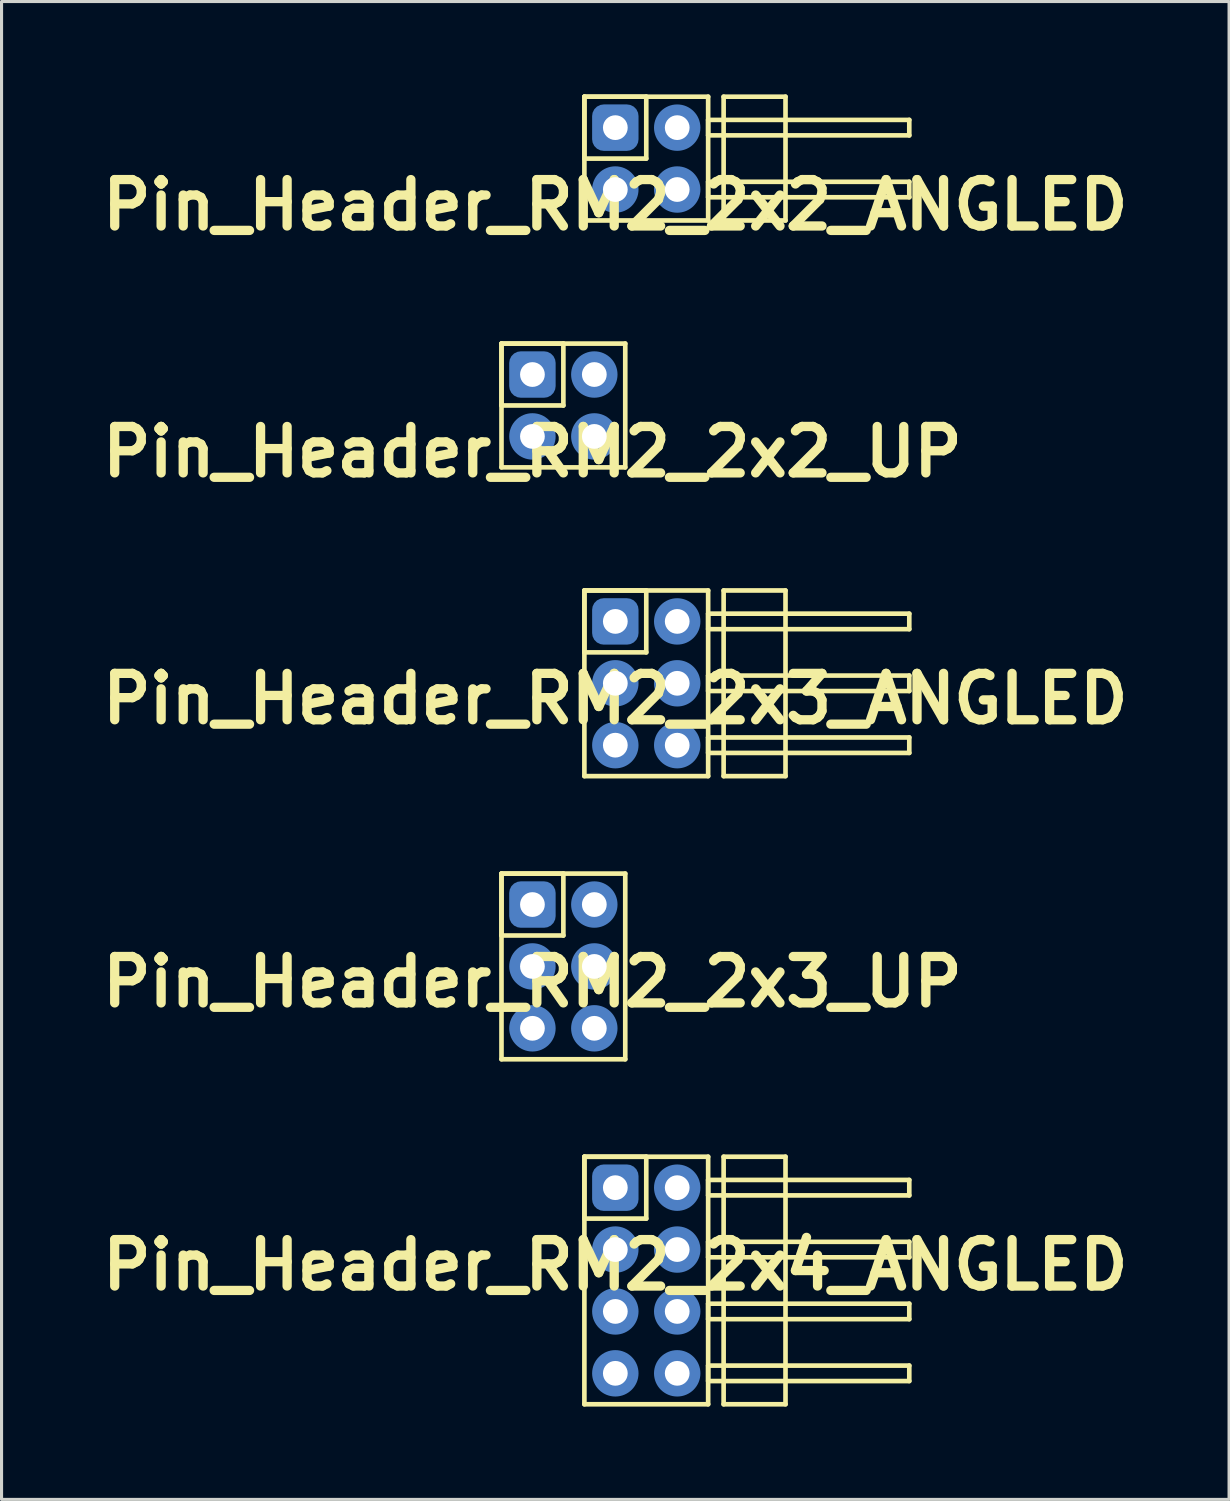
<source format=kicad_pcb>
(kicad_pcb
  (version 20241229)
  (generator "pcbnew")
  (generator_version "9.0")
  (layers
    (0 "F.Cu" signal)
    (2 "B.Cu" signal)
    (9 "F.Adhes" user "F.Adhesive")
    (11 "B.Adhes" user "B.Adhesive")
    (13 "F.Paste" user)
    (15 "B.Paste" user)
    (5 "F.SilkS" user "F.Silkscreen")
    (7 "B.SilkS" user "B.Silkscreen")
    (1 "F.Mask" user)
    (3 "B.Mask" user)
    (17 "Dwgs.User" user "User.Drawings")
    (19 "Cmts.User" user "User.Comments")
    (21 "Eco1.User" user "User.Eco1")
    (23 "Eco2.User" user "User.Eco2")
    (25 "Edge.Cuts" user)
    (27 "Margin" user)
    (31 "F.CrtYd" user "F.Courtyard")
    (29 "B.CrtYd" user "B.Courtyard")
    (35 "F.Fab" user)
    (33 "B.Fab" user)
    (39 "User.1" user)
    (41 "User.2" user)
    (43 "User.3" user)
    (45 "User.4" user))
  (footprint "Pin_Header_RM2_2x4_ANGLED"
    (layer "F.Cu")
    (at 16.836 35.333)
    (property "Reference" "Pin_Header_RM2_2x4_ANGLED" (at 0 2.5 0) (layer "F.SilkS") (effects (font (size 1.5 1.5) (thickness 0.3))))
    (attr through_hole)
    (fp_line (start -1 -1) (end 1 -1) (stroke (width 0.15) (type solid)) (layer "F.SilkS"))
    (fp_line (start -1 -1) (end 3 -1) (stroke (width 0.15) (type solid)) (layer "F.SilkS"))
    (fp_line (start -1 1) (end -1 -1) (stroke (width 0.15) (type solid)) (layer "F.SilkS"))
    (fp_line (start -1 7) (end -1 -1) (stroke (width 0.15) (type solid)) (layer "F.SilkS"))
    (fp_line (start 1 -1) (end 1 1) (stroke (width 0.15) (type solid)) (layer "F.SilkS"))
    (fp_line (start 1 1) (end -1 1) (stroke (width 0.15) (type solid)) (layer "F.SilkS"))
    (fp_line (start 3 -1) (end 3 7) (stroke (width 0.15) (type solid)) (layer "F.SilkS"))
    (fp_line (start 3 -0.25) (end 9.5 -0.25) (stroke (width 0.15) (type solid)) (layer "F.SilkS"))
    (fp_line (start 3 0.25) (end 3 -0.25) (stroke (width 0.15) (type solid)) (layer "F.SilkS"))
    (fp_line (start 3 1.75) (end 9.5 1.75) (stroke (width 0.15) (type solid)) (layer "F.SilkS"))
    (fp_line (start 3 2.25) (end 3 1.75) (stroke (width 0.15) (type solid)) (layer "F.SilkS"))
    (fp_line (start 3 3.75) (end 9.5 3.75) (stroke (width 0.15) (type solid)) (layer "F.SilkS"))
    (fp_line (start 3 4.25) (end 3 3.75) (stroke (width 0.15) (type solid)) (layer "F.SilkS"))
    (fp_line (start 3 5.75) (end 9.5 5.75) (stroke (width 0.15) (type solid)) (layer "F.SilkS"))
    (fp_line (start 3 6.25) (end 3 5.75) (stroke (width 0.15) (type solid)) (layer "F.SilkS"))
    (fp_line (start 3 7) (end -1 7) (stroke (width 0.15) (type solid)) (layer "F.SilkS"))
    (fp_line (start 3.5 -1) (end 5.5 -1) (stroke (width 0.15) (type solid)) (layer "F.SilkS"))
    (fp_line (start 3.5 7) (end 3.5 -1) (stroke (width 0.15) (type solid)) (layer "F.SilkS"))
    (fp_line (start 5.5 -1) (end 5.5 7) (stroke (width 0.15) (type solid)) (layer "F.SilkS"))
    (fp_line (start 5.5 7) (end 3.5 7) (stroke (width 0.15) (type solid)) (layer "F.SilkS"))
    (fp_line (start 9.5 -0.25) (end 9.5 0.25) (stroke (width 0.15) (type solid)) (layer "F.SilkS"))
    (fp_line (start 9.5 0.25) (end 3 0.25) (stroke (width 0.15) (type solid)) (layer "F.SilkS"))
    (fp_line (start 9.5 1.75) (end 9.5 2.25) (stroke (width 0.15) (type solid)) (layer "F.SilkS"))
    (fp_line (start 9.5 2.25) (end 3 2.25) (stroke (width 0.15) (type solid)) (layer "F.SilkS"))
    (fp_line (start 9.5 3.75) (end 9.5 4.25) (stroke (width 0.15) (type solid)) (layer "F.SilkS"))
    (fp_line (start 9.5 4.25) (end 3 4.25) (stroke (width 0.15) (type solid)) (layer "F.SilkS"))
    (fp_line (start 9.5 5.75) (end 9.5 6.25) (stroke (width 0.15) (type solid)) (layer "F.SilkS"))
    (fp_line (start 9.5 6.25) (end 3 6.25) (stroke (width 0.15) (type solid)) (layer "F.SilkS"))
    (pad "1" thru_hole circle (at 0 0) (size 1.1 1.1) (drill 0.8) (layers "*.Cu" "*.Mask"))
    (pad "1" smd roundrect (at 0 0) (size 1.25 1.25) (layers "F.Cu" "F.Mask") (roundrect_rratio 0.25))
    (pad "1" smd roundrect (at 0 0) (size 1.5 1.5) (layers "B.Cu" "B.Mask") (roundrect_rratio 0.25))
    (pad "2" thru_hole circle (at 2 0) (size 1.1 1.1) (drill 0.8) (layers "*.Cu" "*.Mask"))
    (pad "2" smd circle (at 2 0) (size 1.25 1.25) (layers "F.Cu" "F.Mask"))
    (pad "2" smd circle (at 2 0) (size 1.5 1.5) (layers "B.Cu" "B.Mask"))
    (pad "3" thru_hole circle (at 0 2) (size 1.1 1.1) (drill 0.8) (layers "*.Cu" "*.Mask"))
    (pad "3" smd circle (at 0 2) (size 1.25 1.25) (layers "F.Cu" "F.Mask"))
    (pad "3" smd circle (at 0 2) (size 1.5 1.5) (layers "B.Cu" "B.Mask"))
    (pad "4" thru_hole circle (at 2 2) (size 1.1 1.1) (drill 0.8) (layers "*.Cu" "*.Mask"))
    (pad "4" smd circle (at 2 2) (size 1.25 1.25) (layers "F.Cu" "F.Mask"))
    (pad "4" smd circle (at 2 2) (size 1.5 1.5) (layers "B.Cu" "B.Mask"))
    (pad "5" thru_hole circle (at 0 4) (size 1.1 1.1) (drill 0.8) (layers "*.Cu" "*.Mask"))
    (pad "5" smd circle (at 0 4) (size 1.25 1.25) (layers "F.Cu" "F.Mask"))
    (pad "5" smd circle (at 0 4) (size 1.5 1.5) (layers "B.Cu" "B.Mask"))
    (pad "6" thru_hole circle (at 2 4) (size 1.1 1.1) (drill 0.8) (layers "*.Cu" "*.Mask"))
    (pad "6" smd circle (at 2 4) (size 1.25 1.25) (layers "F.Cu" "F.Mask"))
    (pad "6" smd circle (at 2 4) (size 1.5 1.5) (layers "B.Cu" "B.Mask"))
    (pad "7" thru_hole circle (at 0 6) (size 1.1 1.1) (drill 0.8) (layers "*.Cu" "*.Mask"))
    (pad "7" smd circle (at 0 6) (size 1.25 1.25) (layers "F.Cu" "F.Mask"))
    (pad "7" smd circle (at 0 6) (size 1.5 1.5) (layers "B.Cu" "B.Mask"))
    (pad "8" thru_hole circle (at 2 6) (size 1.1 1.1) (drill 0.8) (layers "*.Cu" "*.Mask"))
    (pad "8" smd circle (at 2 6) (size 1.25 1.25) (layers "F.Cu" "F.Mask"))
    (pad "8" smd circle (at 2 6) (size 1.5 1.5) (layers "B.Cu" "B.Mask")))
  (footprint "Pin_Header_RM2_2x2_ANGLED"
    (layer "F.Cu")
    (at 16.836 1.075)
    (property "Reference" "Pin_Header_RM2_2x2_ANGLED" (at 0 2.5 0) (layer "F.SilkS") (effects (font (size 1.5 1.5) (thickness 0.3))))
    (attr through_hole)
    (fp_line (start -1 -1) (end 1 -1) (stroke (width 0.15) (type solid)) (layer "F.SilkS"))
    (fp_line (start -1 -1) (end 3 -1) (stroke (width 0.15) (type solid)) (layer "F.SilkS"))
    (fp_line (start -1 1) (end -1 -1) (stroke (width 0.15) (type solid)) (layer "F.SilkS"))
    (fp_line (start -1 3) (end -1 -1) (stroke (width 0.15) (type solid)) (layer "F.SilkS"))
    (fp_line (start 1 -1) (end 1 1) (stroke (width 0.15) (type solid)) (layer "F.SilkS"))
    (fp_line (start 1 1) (end -1 1) (stroke (width 0.15) (type solid)) (layer "F.SilkS"))
    (fp_line (start 3 -1) (end 3 3) (stroke (width 0.15) (type solid)) (layer "F.SilkS"))
    (fp_line (start 3 -0.25) (end 9.5 -0.25) (stroke (width 0.15) (type solid)) (layer "F.SilkS"))
    (fp_line (start 3 0.25) (end 3 -0.25) (stroke (width 0.15) (type solid)) (layer "F.SilkS"))
    (fp_line (start 3 1.75) (end 9.5 1.75) (stroke (width 0.15) (type solid)) (layer "F.SilkS"))
    (fp_line (start 3 2.25) (end 3 1.75) (stroke (width 0.15) (type solid)) (layer "F.SilkS"))
    (fp_line (start 3 3) (end -1 3) (stroke (width 0.15) (type solid)) (layer "F.SilkS"))
    (fp_line (start 3.5 -1) (end 5.5 -1) (stroke (width 0.15) (type solid)) (layer "F.SilkS"))
    (fp_line (start 3.5 3) (end 3.5 -1) (stroke (width 0.15) (type solid)) (layer "F.SilkS"))
    (fp_line (start 5.5 -1) (end 5.5 3) (stroke (width 0.15) (type solid)) (layer "F.SilkS"))
    (fp_line (start 5.5 3) (end 3.5 3) (stroke (width 0.15) (type solid)) (layer "F.SilkS"))
    (fp_line (start 9.5 -0.25) (end 9.5 0.25) (stroke (width 0.15) (type solid)) (layer "F.SilkS"))
    (fp_line (start 9.5 0.25) (end 3 0.25) (stroke (width 0.15) (type solid)) (layer "F.SilkS"))
    (fp_line (start 9.5 1.75) (end 9.5 2.25) (stroke (width 0.15) (type solid)) (layer "F.SilkS"))
    (fp_line (start 9.5 2.25) (end 3 2.25) (stroke (width 0.15) (type solid)) (layer "F.SilkS"))
    (pad "1" thru_hole circle (at 0 0) (size 1.1 1.1) (drill 0.8) (layers "*.Cu" "*.Mask"))
    (pad "1" smd roundrect (at 0 0) (size 1.25 1.25) (layers "F.Cu" "F.Mask") (roundrect_rratio 0.25))
    (pad "1" smd roundrect (at 0 0) (size 1.5 1.5) (layers "B.Cu" "B.Mask") (roundrect_rratio 0.25))
    (pad "2" thru_hole circle (at 2 0) (size 1.1 1.1) (drill 0.8) (layers "*.Cu" "*.Mask"))
    (pad "2" smd circle (at 2 0) (size 1.25 1.25) (layers "F.Cu" "F.Mask"))
    (pad "2" smd circle (at 2 0) (size 1.5 1.5) (layers "B.Cu" "B.Mask"))
    (pad "3" thru_hole circle (at 0 2) (size 1.1 1.1) (drill 0.8) (layers "*.Cu" "*.Mask"))
    (pad "3" smd circle (at 0 2) (size 1.25 1.25) (layers "F.Cu" "F.Mask"))
    (pad "3" smd circle (at 0 2) (size 1.5 1.5) (layers "B.Cu" "B.Mask"))
    (pad "4" thru_hole circle (at 2 2) (size 1.1 1.1) (drill 0.8) (layers "*.Cu" "*.Mask"))
    (pad "4" smd circle (at 2 2) (size 1.25 1.25) (layers "F.Cu" "F.Mask"))
    (pad "4" smd circle (at 2 2) (size 1.5 1.5) (layers "B.Cu" "B.Mask")))
  (footprint "Pin_Header_RM2_2x3_ANGLED"
    (layer "F.Cu")
    (at 16.836 17.033)
    (property "Reference" "Pin_Header_RM2_2x3_ANGLED" (at 0 2.5 0) (layer "F.SilkS") (effects (font (size 1.5 1.5) (thickness 0.3))))
    (attr through_hole)
    (fp_line (start -1 -1) (end 1 -1) (stroke (width 0.15) (type solid)) (layer "F.SilkS"))
    (fp_line (start -1 -1) (end 3 -1) (stroke (width 0.15) (type solid)) (layer "F.SilkS"))
    (fp_line (start -1 1) (end -1 -1) (stroke (width 0.15) (type solid)) (layer "F.SilkS"))
    (fp_line (start -1 5) (end -1 -1) (stroke (width 0.15) (type solid)) (layer "F.SilkS"))
    (fp_line (start 1 -1) (end 1 1) (stroke (width 0.15) (type solid)) (layer "F.SilkS"))
    (fp_line (start 1 1) (end -1 1) (stroke (width 0.15) (type solid)) (layer "F.SilkS"))
    (fp_line (start 3 -1) (end 3 5) (stroke (width 0.15) (type solid)) (layer "F.SilkS"))
    (fp_line (start 3 -0.25) (end 9.5 -0.25) (stroke (width 0.15) (type solid)) (layer "F.SilkS"))
    (fp_line (start 3 0.25) (end 3 -0.25) (stroke (width 0.15) (type solid)) (layer "F.SilkS"))
    (fp_line (start 3 1.75) (end 9.5 1.75) (stroke (width 0.15) (type solid)) (layer "F.SilkS"))
    (fp_line (start 3 2.25) (end 3 1.75) (stroke (width 0.15) (type solid)) (layer "F.SilkS"))
    (fp_line (start 3 3.75) (end 9.5 3.75) (stroke (width 0.15) (type solid)) (layer "F.SilkS"))
    (fp_line (start 3 4.25) (end 3 3.75) (stroke (width 0.15) (type solid)) (layer "F.SilkS"))
    (fp_line (start 3 5) (end -1 5) (stroke (width 0.15) (type solid)) (layer "F.SilkS"))
    (fp_line (start 3.5 -1) (end 5.5 -1) (stroke (width 0.15) (type solid)) (layer "F.SilkS"))
    (fp_line (start 3.5 5) (end 3.5 -1) (stroke (width 0.15) (type solid)) (layer "F.SilkS"))
    (fp_line (start 5.5 -1) (end 5.5 5) (stroke (width 0.15) (type solid)) (layer "F.SilkS"))
    (fp_line (start 5.5 5) (end 3.5 5) (stroke (width 0.15) (type solid)) (layer "F.SilkS"))
    (fp_line (start 9.5 -0.25) (end 9.5 0.25) (stroke (width 0.15) (type solid)) (layer "F.SilkS"))
    (fp_line (start 9.5 0.25) (end 3 0.25) (stroke (width 0.15) (type solid)) (layer "F.SilkS"))
    (fp_line (start 9.5 1.75) (end 9.5 2.25) (stroke (width 0.15) (type solid)) (layer "F.SilkS"))
    (fp_line (start 9.5 2.25) (end 3 2.25) (stroke (width 0.15) (type solid)) (layer "F.SilkS"))
    (fp_line (start 9.5 3.75) (end 9.5 4.25) (stroke (width 0.15) (type solid)) (layer "F.SilkS"))
    (fp_line (start 9.5 4.25) (end 3 4.25) (stroke (width 0.15) (type solid)) (layer "F.SilkS"))
    (pad "1" thru_hole circle (at 0 0) (size 1.1 1.1) (drill 0.8) (layers "*.Cu" "*.Mask"))
    (pad "1" smd roundrect (at 0 0) (size 1.25 1.25) (layers "F.Cu" "F.Mask") (roundrect_rratio 0.25))
    (pad "1" smd roundrect (at 0 0) (size 1.5 1.5) (layers "B.Cu" "B.Mask") (roundrect_rratio 0.25))
    (pad "2" thru_hole circle (at 2 0) (size 1.1 1.1) (drill 0.8) (layers "*.Cu" "*.Mask"))
    (pad "2" smd circle (at 2 0) (size 1.25 1.25) (layers "F.Cu" "F.Mask"))
    (pad "2" smd circle (at 2 0) (size 1.5 1.5) (layers "B.Cu" "B.Mask"))
    (pad "3" thru_hole circle (at 0 2) (size 1.1 1.1) (drill 0.8) (layers "*.Cu" "*.Mask"))
    (pad "3" smd circle (at 0 2) (size 1.25 1.25) (layers "F.Cu" "F.Mask"))
    (pad "3" smd circle (at 0 2) (size 1.5 1.5) (layers "B.Cu" "B.Mask"))
    (pad "4" thru_hole circle (at 2 2) (size 1.1 1.1) (drill 0.8) (layers "*.Cu" "*.Mask"))
    (pad "4" smd circle (at 2 2) (size 1.25 1.25) (layers "F.Cu" "F.Mask"))
    (pad "4" smd circle (at 2 2) (size 1.5 1.5) (layers "B.Cu" "B.Mask"))
    (pad "5" thru_hole circle (at 0 4) (size 1.1 1.1) (drill 0.8) (layers "*.Cu" "*.Mask"))
    (pad "5" smd circle (at 0 4) (size 1.25 1.25) (layers "F.Cu" "F.Mask"))
    (pad "5" smd circle (at 0 4) (size 1.5 1.5) (layers "B.Cu" "B.Mask"))
    (pad "6" thru_hole circle (at 2 4) (size 1.1 1.1) (drill 0.8) (layers "*.Cu" "*.Mask"))
    (pad "6" smd circle (at 2 4) (size 1.25 1.25) (layers "F.Cu" "F.Mask"))
    (pad "6" smd circle (at 2 4) (size 1.5 1.5) (layers "B.Cu" "B.Mask")))
  (footprint "Pin_Header_RM2_2x2_UP"
    (layer "F.Cu")
    (at 14.157 9.054)
    (property "Reference" "Pin_Header_RM2_2x2_UP" (at 0 2.5 0) (layer "F.SilkS") (effects (font (size 1.5 1.5) (thickness 0.3))))
    (attr through_hole)
    (fp_line (start -1 -1) (end 1 -1) (stroke (width 0.15) (type solid)) (layer "F.SilkS"))
    (fp_line (start -1 -1) (end 3 -1) (stroke (width 0.15) (type solid)) (layer "F.SilkS"))
    (fp_line (start -1 1) (end -1 -1) (stroke (width 0.15) (type solid)) (layer "F.SilkS"))
    (fp_line (start -1 3) (end -1 -1) (stroke (width 0.15) (type solid)) (layer "F.SilkS"))
    (fp_line (start 1 -1) (end 1 1) (stroke (width 0.15) (type solid)) (layer "F.SilkS"))
    (fp_line (start 1 1) (end -1 1) (stroke (width 0.15) (type solid)) (layer "F.SilkS"))
    (fp_line (start 3 -1) (end 3 3) (stroke (width 0.15) (type solid)) (layer "F.SilkS"))
    (fp_line (start 3 3) (end -1 3) (stroke (width 0.15) (type solid)) (layer "F.SilkS"))
    (pad "1" thru_hole circle (at 0 0) (size 1.1 1.1) (drill 0.8) (layers "*.Cu" "*.Mask"))
    (pad "1" smd roundrect (at 0 0) (size 1.25 1.25) (layers "F.Cu" "F.Mask") (roundrect_rratio 0.25))
    (pad "1" smd roundrect (at 0 0) (size 1.5 1.5) (layers "B.Cu" "B.Mask") (roundrect_rratio 0.25))
    (pad "2" thru_hole circle (at 2 0) (size 1.1 1.1) (drill 0.8) (layers "*.Cu" "*.Mask"))
    (pad "2" smd circle (at 2 0) (size 1.25 1.25) (layers "F.Cu" "F.Mask"))
    (pad "2" smd circle (at 2 0) (size 1.5 1.5) (layers "B.Cu" "B.Mask"))
    (pad "3" thru_hole circle (at 0 2) (size 1.1 1.1) (drill 0.8) (layers "*.Cu" "*.Mask"))
    (pad "3" smd circle (at 0 2) (size 1.25 1.25) (layers "F.Cu" "F.Mask"))
    (pad "3" smd circle (at 0 2) (size 1.5 1.5) (layers "B.Cu" "B.Mask"))
    (pad "4" thru_hole circle (at 2 2) (size 1.1 1.1) (drill 0.8) (layers "*.Cu" "*.Mask"))
    (pad "4" smd circle (at 2 2) (size 1.25 1.25) (layers "F.Cu" "F.Mask"))
    (pad "4" smd circle (at 2 2) (size 1.5 1.5) (layers "B.Cu" "B.Mask")))
  (footprint "Pin_Header_RM2_2x3_UP"
    (layer "F.Cu")
    (at 14.157 26.183)
    (property "Reference" "Pin_Header_RM2_2x3_UP" (at 0 2.5 0) (layer "F.SilkS") (effects (font (size 1.5 1.5) (thickness 0.3))))
    (attr through_hole)
    (fp_line (start -1 -1) (end 1 -1) (stroke (width 0.15) (type solid)) (layer "F.SilkS"))
    (fp_line (start -1 -1) (end 3 -1) (stroke (width 0.15) (type solid)) (layer "F.SilkS"))
    (fp_line (start -1 1) (end -1 -1) (stroke (width 0.15) (type solid)) (layer "F.SilkS"))
    (fp_line (start -1 5) (end -1 -1) (stroke (width 0.15) (type solid)) (layer "F.SilkS"))
    (fp_line (start 1 -1) (end 1 1) (stroke (width 0.15) (type solid)) (layer "F.SilkS"))
    (fp_line (start 1 1) (end -1 1) (stroke (width 0.15) (type solid)) (layer "F.SilkS"))
    (fp_line (start 3 -1) (end 3 5) (stroke (width 0.15) (type solid)) (layer "F.SilkS"))
    (fp_line (start 3 5) (end -1 5) (stroke (width 0.15) (type solid)) (layer "F.SilkS"))
    (pad "1" thru_hole circle (at 0 0) (size 1.1 1.1) (drill 0.8) (layers "*.Cu" "*.Mask"))
    (pad "1" smd roundrect (at 0 0) (size 1.25 1.25) (layers "F.Cu" "F.Mask") (roundrect_rratio 0.25))
    (pad "1" smd roundrect (at 0 0) (size 1.5 1.5) (layers "B.Cu" "B.Mask") (roundrect_rratio 0.25))
    (pad "2" thru_hole circle (at 2 0) (size 1.1 1.1) (drill 0.8) (layers "*.Cu" "*.Mask"))
    (pad "2" smd circle (at 2 0) (size 1.25 1.25) (layers "F.Cu" "F.Mask"))
    (pad "2" smd circle (at 2 0) (size 1.5 1.5) (layers "B.Cu" "B.Mask"))
    (pad "3" thru_hole circle (at 0 2) (size 1.1 1.1) (drill 0.8) (layers "*.Cu" "*.Mask"))
    (pad "3" smd circle (at 0 2) (size 1.25 1.25) (layers "F.Cu" "F.Mask"))
    (pad "3" smd circle (at 0 2) (size 1.5 1.5) (layers "B.Cu" "B.Mask"))
    (pad "4" thru_hole circle (at 2 2) (size 1.1 1.1) (drill 0.8) (layers "*.Cu" "*.Mask"))
    (pad "4" smd circle (at 2 2) (size 1.25 1.25) (layers "F.Cu" "F.Mask"))
    (pad "4" smd circle (at 2 2) (size 1.5 1.5) (layers "B.Cu" "B.Mask"))
    (pad "5" thru_hole circle (at 0 4) (size 1.1 1.1) (drill 0.8) (layers "*.Cu" "*.Mask"))
    (pad "5" smd circle (at 0 4) (size 1.25 1.25) (layers "F.Cu" "F.Mask"))
    (pad "5" smd circle (at 0 4) (size 1.5 1.5) (layers "B.Cu" "B.Mask"))
    (pad "6" thru_hole circle (at 2 4) (size 1.1 1.1) (drill 0.8) (layers "*.Cu" "*.Mask"))
    (pad "6" smd circle (at 2 4) (size 1.25 1.25) (layers "F.Cu" "F.Mask"))
    (pad "6" smd circle (at 2 4) (size 1.5 1.5) (layers "B.Cu" "B.Mask")))
  (gr_rect
    (start -3 -3)
    (end 36.671 45.408)
    (stroke (width 0.1) (type default))
    (fill no)
    (layer "Edge.Cuts")))
</source>
